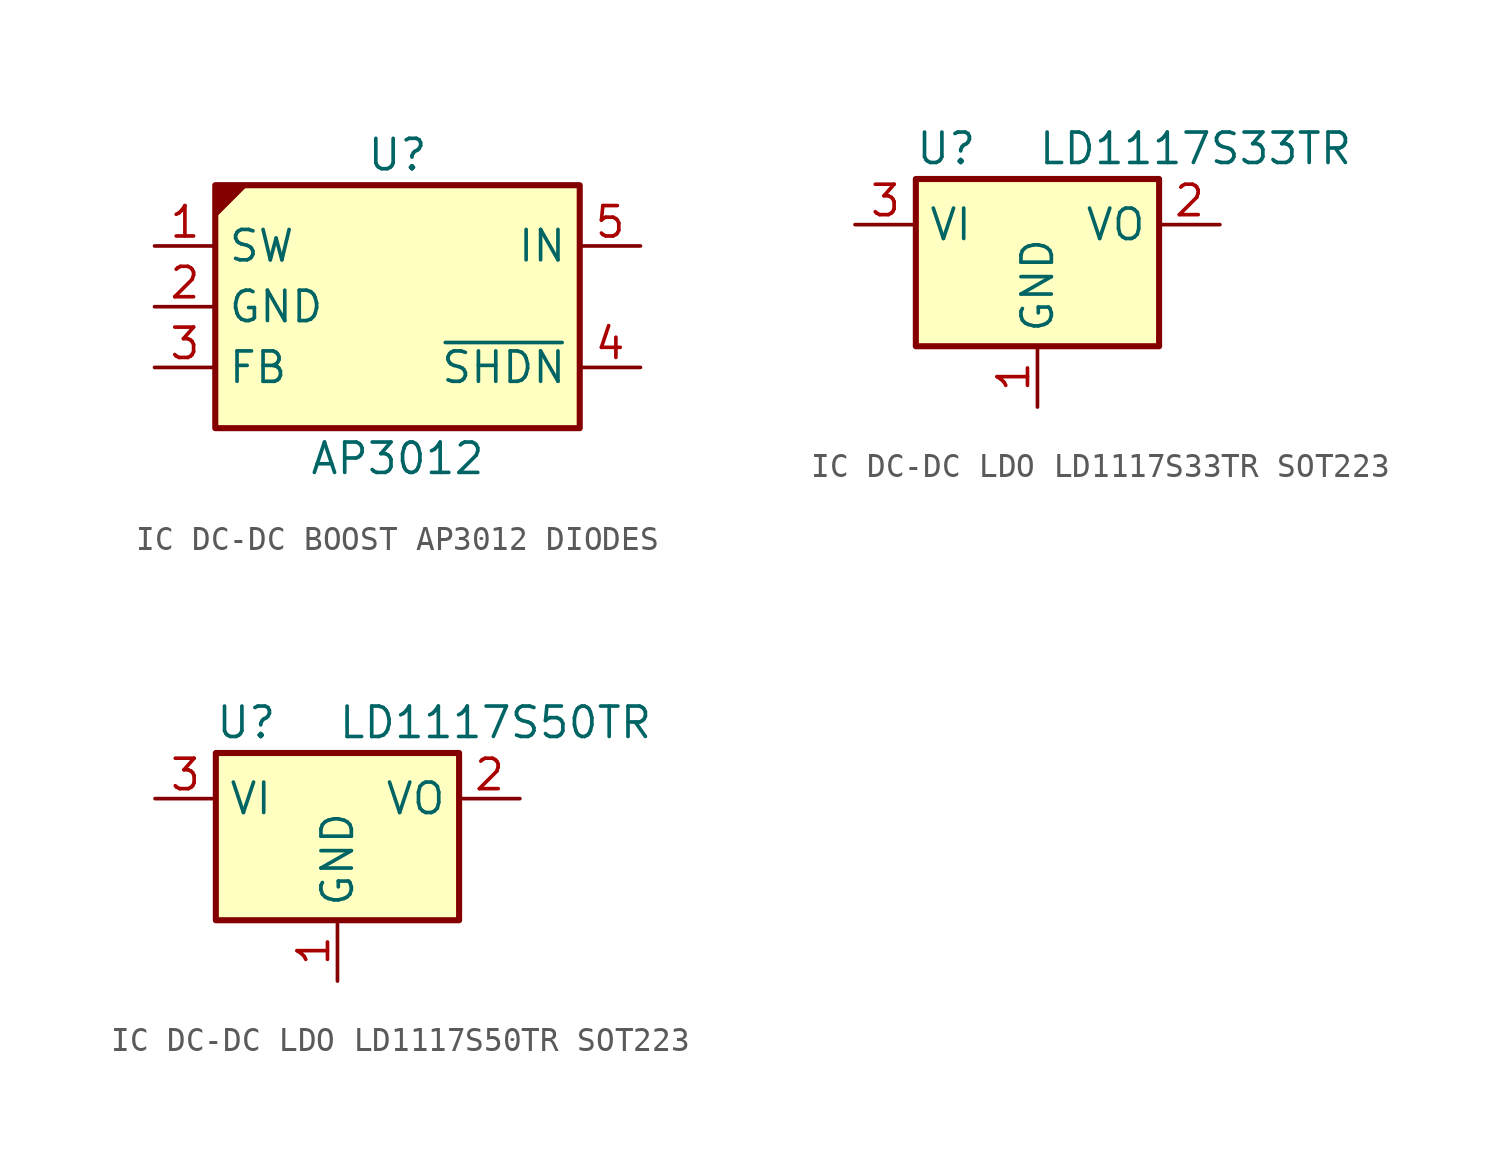
<source format=kicad_sym>
(kicad_symbol_lib
  (version 20231120)
  (generator "kicad_symbol_editor")
  (generator_version "8.0")
  (symbol "IC DC-DC BOOST AP3012 DIODES"
    (property "Reference" "U"
      (at 0 6.35 0)
      (effects (font (size 1.27 1.27))))
    (property "Value" "AP3012"
      (at 0 -6.35 0)
      (effects (font (size 1.27 1.27))))
    (symbol "IC DC-DC BOOST AP3012 DIODES_0_1"
      (rectangle (start -7.62 5.08) (end 7.62 -5.08) (stroke (width 0.254) (type default)) (fill (type background))))
    (symbol "IC DC-DC BOOST AP3012 DIODES_1_1"
      (polyline (pts (xy -7.62 5.08) (xy -6.35 5.08) (xy -7.62 3.81)) (stroke (width 0) (type default)) (fill (type outline)))
      (pin passive line (at -10.16 2.54 0) (length 2.54) (name "SW" (effects (font (size 1.27 1.27)))) (number "1" (effects (font (size 1.27 1.27)))))
      (pin power_in line (at -10.16 0 0) (length 2.54) (name "GND" (effects (font (size 1.27 1.27)))) (number "2" (effects (font (size 1.27 1.27)))))
      (pin input line (at -10.16 -2.54 0) (length 2.54) (name "FB" (effects (font (size 1.27 1.27)))) (number "3" (effects (font (size 1.27 1.27)))))
      (pin input line (at 10.16 -2.54 180) (length 2.54) (name "~{SHDN}" (effects (font (size 1.27 1.27)))) (number "4" (effects (font (size 1.27 1.27)))))
      (pin power_in line (at 10.16 2.54 180) (length 2.54) (name "IN" (effects (font (size 1.27 1.27)))) (number "5" (effects (font (size 1.27 1.27)))))))
  (symbol "IC DC-DC LDO LD1117S33TR SOT223"
    (property "Reference" "U"
      (at -3.81 3.175 0)
      (effects (font (size 1.27 1.27))))
    (property "Value" "LD1117S33TR"
      (at 0 3.175 0)
      (effects (font (size 1.27 1.27)) (justify left)))
    (symbol "IC DC-DC LDO LD1117S33TR SOT223_0_1"
      (rectangle (start -5.08 -5.08) (end 5.08 1.905) (stroke (width 0.254) (type default)) (fill (type background))))
    (symbol "IC DC-DC LDO LD1117S33TR SOT223_1_1"
      (pin power_in line (at 0 -7.62 90) (length 2.54) (name "GND" (effects (font (size 1.27 1.27)))) (number "1" (effects (font (size 1.27 1.27)))))
      (pin power_out line (at 7.62 0 180) (length 2.54) (name "VO" (effects (font (size 1.27 1.27)))) (number "2" (effects (font (size 1.27 1.27)))))
      (pin power_in line (at -7.62 0 0) (length 2.54) (name "VI" (effects (font (size 1.27 1.27)))) (number "3" (effects (font (size 1.27 1.27)))))))
  (symbol "IC DC-DC LDO LD1117S50TR SOT223"
    (property "Reference" "U"
      (at -3.81 3.175 0)
      (effects (font (size 1.27 1.27))))
    (property "Value" "LD1117S50TR"
      (at 0 3.175 0)
      (effects (font (size 1.27 1.27)) (justify left)))
    (symbol "IC DC-DC LDO LD1117S50TR SOT223_0_1"
      (rectangle (start -5.08 -5.08) (end 5.08 1.905) (stroke (width 0.254) (type default)) (fill (type background))))
    (symbol "IC DC-DC LDO LD1117S50TR SOT223_1_1"
      (pin power_in line (at 0 -7.62 90) (length 2.54) (name "GND" (effects (font (size 1.27 1.27)))) (number "1" (effects (font (size 1.27 1.27)))))
      (pin power_out line (at 7.62 0 180) (length 2.54) (name "VO" (effects (font (size 1.27 1.27)))) (number "2" (effects (font (size 1.27 1.27)))))
      (pin power_in line (at -7.62 0 0) (length 2.54) (name "VI" (effects (font (size 1.27 1.27)))) (number "3" (effects (font (size 1.27 1.27))))))))
</source>
